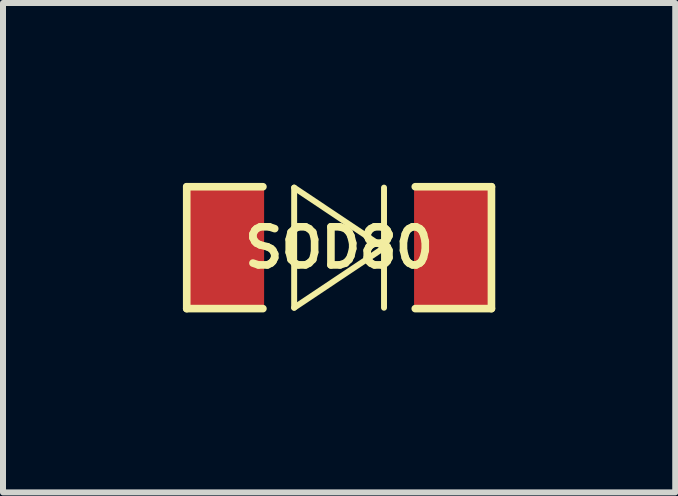
<source format=kicad_pcb>
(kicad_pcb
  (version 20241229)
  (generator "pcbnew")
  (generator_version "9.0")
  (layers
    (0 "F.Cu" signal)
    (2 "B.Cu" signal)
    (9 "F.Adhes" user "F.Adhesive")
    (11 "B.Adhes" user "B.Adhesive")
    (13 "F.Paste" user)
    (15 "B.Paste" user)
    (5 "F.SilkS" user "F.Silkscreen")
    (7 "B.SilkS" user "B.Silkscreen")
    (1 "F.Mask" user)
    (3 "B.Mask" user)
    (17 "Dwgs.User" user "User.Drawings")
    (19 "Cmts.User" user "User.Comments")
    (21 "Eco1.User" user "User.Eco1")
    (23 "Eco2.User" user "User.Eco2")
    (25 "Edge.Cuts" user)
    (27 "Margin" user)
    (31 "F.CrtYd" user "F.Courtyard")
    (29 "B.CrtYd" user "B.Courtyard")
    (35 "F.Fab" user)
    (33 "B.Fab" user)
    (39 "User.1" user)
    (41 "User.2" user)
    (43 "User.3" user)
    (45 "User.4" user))
  (footprint "SOD80"
    (layer "F.Cu")
    (at 2.603 1.079)
    (property "Reference" "SOD80" (at 0 0 0) (layer "F.SilkS") (effects (font (size 0.635 0.635) (thickness 0.127))))
    (attr smd)
    (fp_line (start -2.54 -1.016) (end -2.54 1.016) (stroke (width 0.127) (type solid)) (layer "F.SilkS"))
    (fp_line (start -2.54 1.016) (end -1.27 1.016) (stroke (width 0.127) (type solid)) (layer "F.SilkS"))
    (fp_line (start -1.27 -1.016) (end -2.54 -1.016) (stroke (width 0.127) (type solid)) (layer "F.SilkS"))
    (fp_line (start -0.749 -1.001) (end -0.749 1.001) (stroke (width 0.099) (type solid)) (layer "F.SilkS"))
    (fp_line (start -0.749 1.001) (end 0.749 0) (stroke (width 0.099) (type solid)) (layer "F.SilkS"))
    (fp_line (start 0.749 -1.001) (end 0.749 1.001) (stroke (width 0.099) (type solid)) (layer "F.SilkS"))
    (fp_line (start 0.749 0) (end -0.749 -1.001) (stroke (width 0.099) (type solid)) (layer "F.SilkS"))
    (fp_line (start 1.27 -1.016) (end 2.54 -1.016) (stroke (width 0.127) (type solid)) (layer "F.SilkS"))
    (fp_line (start 2.54 -1.016) (end 2.54 1.016) (stroke (width 0.127) (type solid)) (layer "F.SilkS"))
    (fp_line (start 2.54 1.016) (end 1.27 1.016) (stroke (width 0.127) (type solid)) (layer "F.SilkS"))
    (pad "1" smd rect (at -1.875 0) (size 1.25 1.999) (layers "F.Cu" "F.Mask" "F.Paste"))
    (pad "2" smd rect (at 1.875 0) (size 1.25 1.999) (layers "F.Cu" "F.Mask" "F.Paste")))
  (gr_rect
    (start -3 -3)
    (end 8.207 5.159)
    (stroke (width 0.1) (type default))
    (fill no)
    (layer "Edge.Cuts")))
</source>
